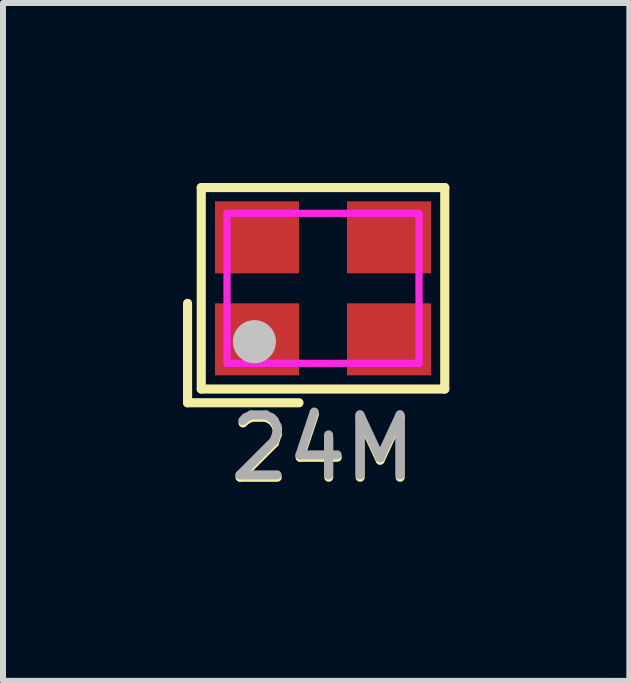
<source format=kicad_pcb>
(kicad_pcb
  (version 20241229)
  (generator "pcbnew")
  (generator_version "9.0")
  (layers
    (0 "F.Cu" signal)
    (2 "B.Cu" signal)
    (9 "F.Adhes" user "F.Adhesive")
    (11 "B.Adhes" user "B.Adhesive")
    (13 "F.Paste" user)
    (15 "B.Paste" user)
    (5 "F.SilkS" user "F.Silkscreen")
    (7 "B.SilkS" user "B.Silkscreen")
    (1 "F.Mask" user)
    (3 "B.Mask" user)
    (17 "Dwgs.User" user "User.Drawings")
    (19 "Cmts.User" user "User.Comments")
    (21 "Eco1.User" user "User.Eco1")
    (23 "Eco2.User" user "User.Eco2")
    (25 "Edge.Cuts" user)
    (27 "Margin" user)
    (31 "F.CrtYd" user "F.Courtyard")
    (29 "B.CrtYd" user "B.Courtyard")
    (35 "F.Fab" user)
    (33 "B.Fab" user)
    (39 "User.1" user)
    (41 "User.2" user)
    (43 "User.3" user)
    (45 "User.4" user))
  (footprint "24M"
    (layer "F.Cu")
    (at 2.33 1.909)
    (property "Reference" "24M" (at 0.003 2.54 0) (unlocked yes) (layer "F.SilkS") (effects (font (size 1 1) (thickness 0.15))))
    (attr smd)
    (fp_line (start -2.254 0.096) (end -2.254 1.753) (stroke (width 0.152) (type solid)) (layer "F.SilkS"))
    (fp_line (start -2.254 1.753) (end -0.397 1.753) (stroke (width 0.152) (type solid)) (layer "F.SilkS"))
    (fp_line (start -2.026 -1.833) (end 2.032 -1.833) (stroke (width 0.152) (type solid)) (layer "F.SilkS"))
    (fp_line (start -2.026 1.524) (end -2.026 -1.833) (stroke (width 0.152) (type solid)) (layer "F.SilkS"))
    (fp_line (start 2.032 -1.833) (end 2.032 1.524) (stroke (width 0.152) (type solid)) (layer "F.SilkS"))
    (fp_line (start 2.032 1.524) (end -2.026 1.524) (stroke (width 0.152) (type solid)) (layer "F.SilkS"))
    (fp_circle (center -1.14 0.735) (end -0.96 0.735) (stroke (width 0.36) (type solid)) (fill no) (layer "Dwgs.User"))
    (fp_circle (center -1.597 1.096) (end -1.567 1.096) (stroke (width 0.06) (type solid)) (fill no) (layer "Eco2.User"))
    (fp_line (start -1.597 -1.404) (end 1.603 -1.404) (stroke (width 0.12) (type solid)) (layer "F.CrtYd"))
    (fp_line (start -1.597 1.096) (end -1.597 -1.404) (stroke (width 0.12) (type solid)) (layer "F.CrtYd"))
    (fp_line (start 1.603 -1.404) (end 1.603 1.096) (stroke (width 0.12) (type solid)) (layer "F.CrtYd"))
    (fp_line (start 1.603 1.096) (end -1.597 1.096) (stroke (width 0.12) (type solid)) (layer "F.CrtYd"))
    (fp_text user "${REFERENCE}" (at 0 2.5 0) (unlocked yes) (layer "F.Fab") (effects (font (size 1 1) (thickness 0.15))))
    (pad "1" smd rect (at -1.097 0.696) (size 1.4 1.2) (layers "F.Cu" "F.Mask" "F.Paste"))
    (pad "2" smd rect (at 1.103 0.696) (size 1.4 1.2) (layers "F.Cu" "F.Mask" "F.Paste"))
    (pad "3" smd rect (at 1.103 -1.004) (size 1.4 1.2) (layers "F.Cu" "F.Mask" "F.Paste"))
    (pad "4" smd rect (at -1.097 -1.004) (size 1.4 1.2) (layers "F.Cu" "F.Mask" "F.Paste")))
  (gr_rect
    (start -3 -3)
    (end 7.438 8.297)
    (stroke (width 0.1) (type default))
    (fill no)
    (layer "Edge.Cuts")))
</source>
